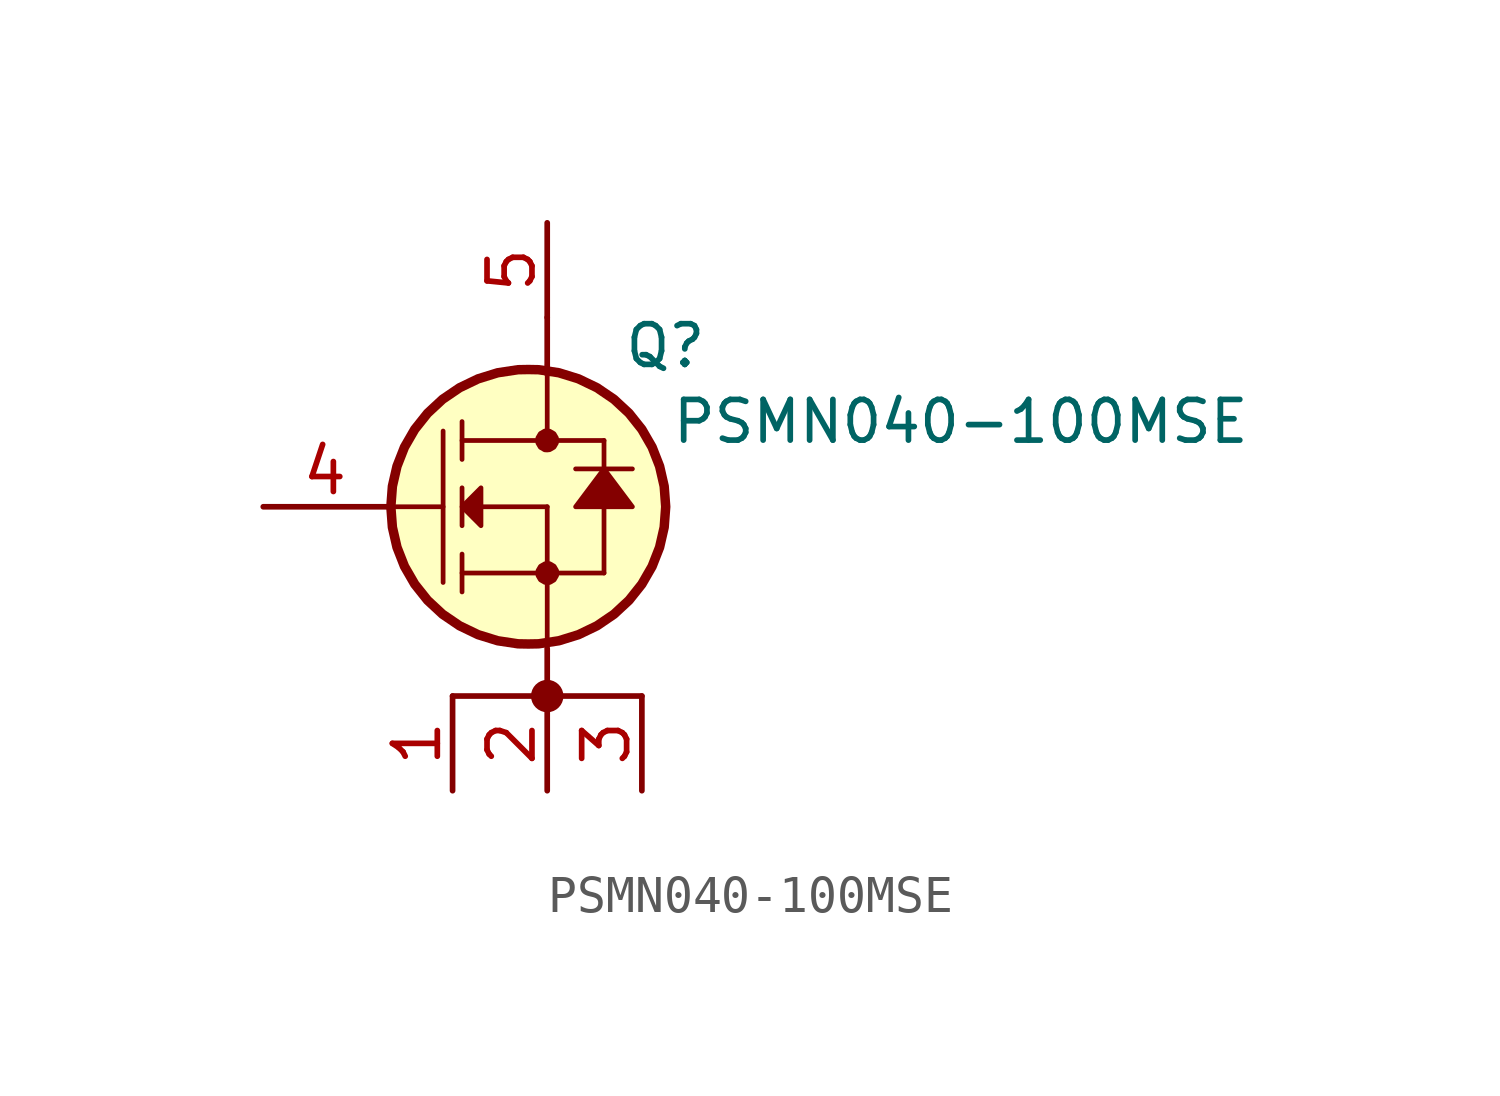
<source format=kicad_sym>
(kicad_symbol_lib
  (version 20231120)
  (generator "kicad_symbol_editor")
  (generator_version "8.0")
  (symbol "PSMN040-100MSE"
    (pin_names hide)
    (property "Reference" "Q"
      (at 9.652 4.318 0)
      (effects (font (size 1.092 1.092)) (justify left)))
    (property "Value" "PSMN040-100MSE"
      (at 10.922 2.286 0)
      (effects (font (size 1.092 1.092)) (justify left)))
    (symbol "PSMN040-100MSE_0_1"
      (polyline (pts (xy 7.62 -5.08) (xy 7.62 -3.81)) (stroke (width 0) (type default)) (fill (type none)))
      (polyline (pts (xy 7.62 5.08) (xy 7.62 3.556)) (stroke (width 0) (type default)) (fill (type none)))
      (polyline (pts (xy 5.08 -5.08) (xy 7.62 -5.08) (xy 10.16 -5.08)) (stroke (width 0) (type default)) (fill (type none)))
      (circle (center 7.62 -5.08) (radius 0.359) (stroke (width 0) (type default)) (fill (type outline))))
    (symbol "PSMN040-100MSE_1_0"
      (polyline (pts (xy 3.302 0) (xy 4.826 0)) (stroke (width 0.127) (type solid)) (fill (type none)))
      (polyline (pts (xy 4.826 2.032) (xy 4.826 -2.032)) (stroke (width 0.127) (type solid)) (fill (type none)))
      (polyline (pts (xy 5.334 -1.778) (xy 7.62 -1.778)) (stroke (width 0.127) (type solid)) (fill (type none)))
      (polyline (pts (xy 5.334 -1.27) (xy 5.334 -2.286)) (stroke (width 0.127) (type solid)) (fill (type none)))
      (polyline (pts (xy 5.334 0.508) (xy 5.334 -0.508)) (stroke (width 0.127) (type solid)) (fill (type none)))
      (polyline (pts (xy 5.334 1.778) (xy 7.62 1.778)) (stroke (width 0.127) (type solid)) (fill (type none)))
      (polyline (pts (xy 5.334 2.286) (xy 5.334 1.27)) (stroke (width 0.127) (type solid)) (fill (type none)))
      (polyline (pts (xy 5.842 0) (xy 7.62 0)) (stroke (width 0.127) (type solid)) (fill (type none)))
      (polyline (pts (xy 7.62 0) (xy 7.62 -3.81)) (stroke (width 0.127) (type solid)) (fill (type none)))
      (polyline (pts (xy 7.62 1.778) (xy 7.62 3.81)) (stroke (width 0.127) (type solid)) (fill (type none)))
      (polyline (pts (xy 8.382 1.016) (xy 9.906 1.016)) (stroke (width 0.127) (type solid)) (fill (type none)))
      (polyline (pts (xy 9.144 -1.778) (xy 7.62 -1.778)) (stroke (width 0.127) (type solid)) (fill (type none)))
      (polyline (pts (xy 9.144 0) (xy 9.144 -1.778)) (stroke (width 0.127) (type solid)) (fill (type none)))
      (polyline (pts (xy 9.144 1.016) (xy 9.144 1.778)) (stroke (width 0.127) (type solid)) (fill (type none)))
      (polyline (pts (xy 9.144 1.778) (xy 7.62 1.778)) (stroke (width 0.127) (type solid)) (fill (type none)))
      (polyline (pts (xy 5.334 0) (xy 5.842 0.508) (xy 5.842 -0.508) (xy 5.334 0)) (stroke (width 0.127) (type solid)) (fill (type outline)))
      (polyline (pts (xy 9.144 1.016) (xy 8.382 0) (xy 9.906 0) (xy 9.144 1.016)) (stroke (width 0.127) (type solid)) (fill (type outline)))
      (polyline (pts (xy 7.62 -2.032) (xy 7.554 -2.028) (xy 7.439 -1.961) (xy 7.372 -1.846) (xy 7.372 -1.714) (xy 7.439 -1.599) (xy 7.554 -1.532) (xy 7.62 -1.524) (xy 7.687 -1.528) (xy 7.804 -1.596) (xy 7.872 -1.713) (xy 7.872 -1.847) (xy 7.804 -1.964) (xy 7.687 -2.032) (xy 7.62 -2.032)) (stroke (width 0.127) (type solid)) (fill (type outline)))
      (polyline (pts (xy 7.62 1.524) (xy 7.553 1.528) (xy 7.436 1.596) (xy 7.368 1.713) (xy 7.368 1.847) (xy 7.436 1.964) (xy 7.553 2.032) (xy 7.62 2.032) (xy 7.686 2.028) (xy 7.801 1.961) (xy 7.868 1.846) (xy 7.868 1.714) (xy 7.801 1.599) (xy 7.686 1.532) (xy 7.62 1.524)) (stroke (width 0.127) (type solid)) (fill (type outline)))
      (polyline (pts (xy 7.112 -3.683) (xy 6.836 -3.678) (xy 6.291 -3.596) (xy 5.765 -3.433) (xy 5.268 -3.194) (xy 4.812 -2.884) (xy 4.408 -2.509) (xy 4.065 -2.078) (xy 3.789 -1.6) (xy 3.588 -1.087) (xy 3.465 -0.55) (xy 3.424 0) (xy 3.465 0.55) (xy 3.588 1.087) (xy 3.789 1.6) (xy 4.065 2.078) (xy 4.408 2.509) (xy 4.812 2.884) (xy 5.268 3.194) (xy 5.765 3.433) (xy 6.291 3.596) (xy 6.836 3.678) (xy 7.112 3.683) (xy 7.388 3.678) (xy 7.933 3.596) (xy 8.459 3.433) (xy 8.956 3.194) (xy 9.412 2.884) (xy 9.816 2.509) (xy 10.159 2.078) (xy 10.435 1.6) (xy 10.636 1.087) (xy 10.759 0.55) (xy 10.8 0) (xy 10.759 -0.55) (xy 10.636 -1.087) (xy 10.435 -1.6) (xy 10.159 -2.078) (xy 9.816 -2.509) (xy 9.412 -2.884) (xy 8.956 -3.194) (xy 8.459 -3.433) (xy 7.933 -3.596) (xy 7.388 -3.678) (xy 7.112 -3.683)) (stroke (width 0.254) (type solid)) (fill (type background)))
      (pin passive line (at 5.08 -7.62 90) (length 2.54) (name "" (effects (font (size 1.206 1.206)))) (number "1" (effects (font (size 1.206 1.206)))))
      (pin passive line (at 7.62 -7.62 90) (length 2.54) (name "" (effects (font (size 1.206 1.206)))) (number "2" (effects (font (size 1.206 1.206)))))
      (pin passive line (at 10.16 -7.62 90) (length 2.54) (name "" (effects (font (size 1.206 1.206)))) (number "3" (effects (font (size 1.206 1.206)))))
      (pin passive line (at 0 0 0) (length 3.302) (name "" (effects (font (size 1.206 1.206)))) (number "4" (effects (font (size 1.206 1.206)))))
      (pin passive line (at 7.62 7.62 270) (length 2.54) (name "" (effects (font (size 1.206 1.206)))) (number "5" (effects (font (size 1.206 1.206))))))))
</source>
